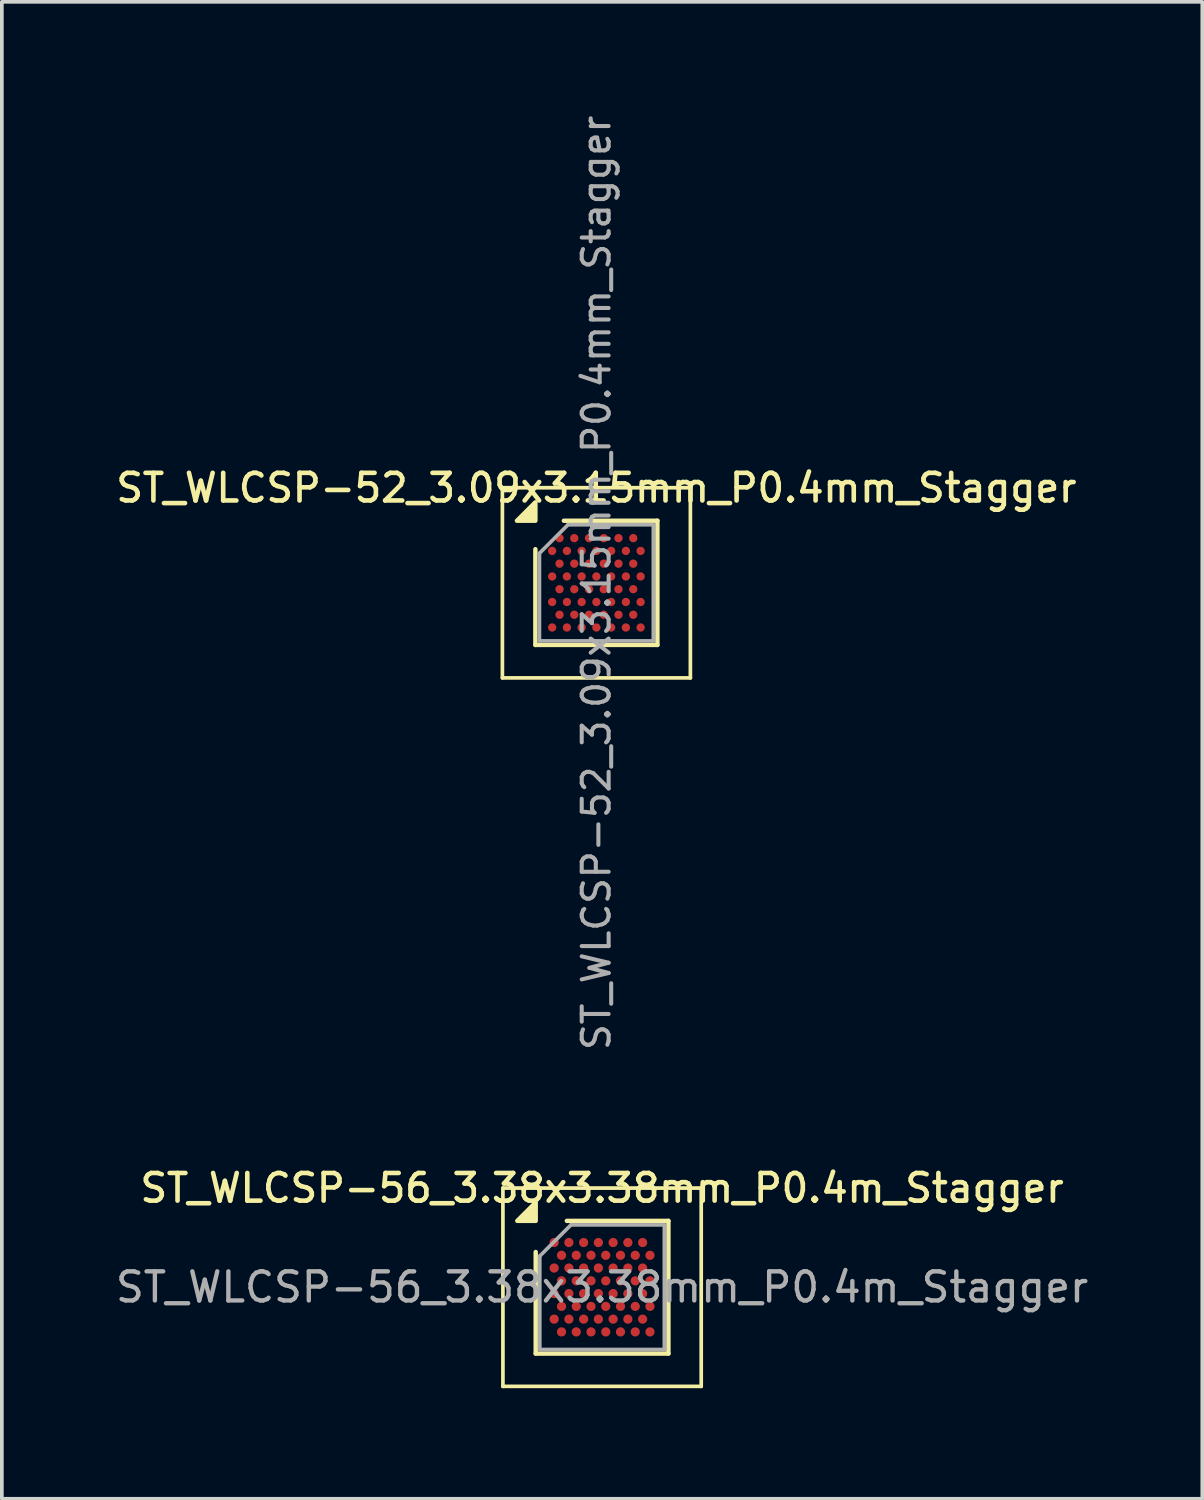
<source format=kicad_pcb>
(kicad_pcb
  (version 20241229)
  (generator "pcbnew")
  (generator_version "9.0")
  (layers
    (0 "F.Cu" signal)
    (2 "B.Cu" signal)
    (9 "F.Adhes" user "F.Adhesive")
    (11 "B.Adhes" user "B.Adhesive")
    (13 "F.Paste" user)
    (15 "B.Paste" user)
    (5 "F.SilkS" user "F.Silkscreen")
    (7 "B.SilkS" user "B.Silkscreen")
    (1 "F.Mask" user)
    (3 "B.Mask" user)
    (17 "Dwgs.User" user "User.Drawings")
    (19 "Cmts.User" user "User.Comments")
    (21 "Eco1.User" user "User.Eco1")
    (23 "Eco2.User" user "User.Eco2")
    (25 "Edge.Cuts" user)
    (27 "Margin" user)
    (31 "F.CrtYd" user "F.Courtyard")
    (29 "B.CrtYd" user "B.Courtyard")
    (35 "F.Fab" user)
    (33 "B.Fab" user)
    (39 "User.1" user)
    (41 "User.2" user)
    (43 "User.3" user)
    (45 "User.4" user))
  (footprint "ST_WLCSP-56_3.38x3.38mm_P0.4m_Stagger"
    (layer "F.Cu")
    (at 13.284 31.872)
    (property "Reference" "ST_WLCSP-56_3.38x3.38mm_P0.4m_Stagger" (at 0 -2.69 0) (layer "F.SilkS") (effects (font (size 0.75 0.75) (thickness 0.125))))
    (attr smd)
    (fp_line (start -2.69 -2.69) (end -2.69 2.69) (stroke (width 0.1) (type solid)) (layer "F.SilkS"))
    (fp_line (start -2.69 2.69) (end 2.69 2.69) (stroke (width 0.1) (type solid)) (layer "F.SilkS"))
    (fp_line (start -1.8 1.8) (end -1.8 -0.955) (stroke (width 0.12) (type solid)) (layer "F.SilkS"))
    (fp_line (start -0.955 -1.8) (end 1.8 -1.8) (stroke (width 0.12) (type solid)) (layer "F.SilkS"))
    (fp_line (start 1.8 -1.8) (end 1.8 1.8) (stroke (width 0.12) (type solid)) (layer "F.SilkS"))
    (fp_line (start 1.8 1.8) (end -1.8 1.8) (stroke (width 0.12) (type solid)) (layer "F.SilkS"))
    (fp_line (start 2.69 -2.69) (end -2.69 -2.69) (stroke (width 0.1) (type solid)) (layer "F.SilkS"))
    (fp_line (start 2.69 2.69) (end 2.69 -2.69) (stroke (width 0.1) (type solid)) (layer "F.SilkS"))
    (fp_poly (pts (xy -1.8 -1.8) (xy -2.3 -1.8) (xy -1.8 -2.3) (xy -1.8 -1.8)) (stroke (width 0.12) (type solid)) (fill yes) (layer "F.SilkS"))
    (fp_line (start -1.69 -0.845) (end -0.845 -1.69) (stroke (width 0.1) (type solid)) (layer "F.Fab"))
    (fp_line (start -1.69 1.69) (end -1.69 -0.845) (stroke (width 0.1) (type solid)) (layer "F.Fab"))
    (fp_line (start -0.845 -1.69) (end 1.69 -1.69) (stroke (width 0.1) (type solid)) (layer "F.Fab"))
    (fp_line (start 1.69 -1.69) (end 1.69 1.69) (stroke (width 0.1) (type solid)) (layer "F.Fab"))
    (fp_line (start 1.69 1.69) (end -1.69 1.69) (stroke (width 0.1) (type solid)) (layer "F.Fab"))
    (fp_text user "${REFERENCE}" (at 0 0 0) (layer "F.Fab") (effects (font (size 0.79 0.79) (thickness 0.118))))
    (pad "A1" smd circle (at -1.3 -1.212) (size 0.25 0.25) (property pad_prop_bga) (layers "F.Cu" "F.Mask" "F.Paste"))
    (pad "A3" smd circle (at -0.9 -1.212) (size 0.25 0.25) (property pad_prop_bga) (layers "F.Cu" "F.Mask" "F.Paste"))
    (pad "A5" smd circle (at -0.5 -1.212) (size 0.25 0.25) (property pad_prop_bga) (layers "F.Cu" "F.Mask" "F.Paste"))
    (pad "A7" smd circle (at -0.1 -1.212) (size 0.25 0.25) (property pad_prop_bga) (layers "F.Cu" "F.Mask" "F.Paste"))
    (pad "A9" smd circle (at 0.3 -1.212) (size 0.25 0.25) (property pad_prop_bga) (layers "F.Cu" "F.Mask" "F.Paste"))
    (pad "A11" smd circle (at 0.7 -1.212) (size 0.25 0.25) (property pad_prop_bga) (layers "F.Cu" "F.Mask" "F.Paste"))
    (pad "A13" smd circle (at 1.1 -1.212) (size 0.25 0.25) (property pad_prop_bga) (layers "F.Cu" "F.Mask" "F.Paste"))
    (pad "B2" smd circle (at -1.1 -0.866) (size 0.25 0.25) (property pad_prop_bga) (layers "F.Cu" "F.Mask" "F.Paste"))
    (pad "B4" smd circle (at -0.7 -0.866) (size 0.25 0.25) (property pad_prop_bga) (layers "F.Cu" "F.Mask" "F.Paste"))
    (pad "B6" smd circle (at -0.3 -0.866) (size 0.25 0.25) (property pad_prop_bga) (layers "F.Cu" "F.Mask" "F.Paste"))
    (pad "B8" smd circle (at 0.1 -0.866) (size 0.25 0.25) (property pad_prop_bga) (layers "F.Cu" "F.Mask" "F.Paste"))
    (pad "B10" smd circle (at 0.5 -0.866) (size 0.25 0.25) (property pad_prop_bga) (layers "F.Cu" "F.Mask" "F.Paste"))
    (pad "B12" smd circle (at 0.9 -0.866) (size 0.25 0.25) (property pad_prop_bga) (layers "F.Cu" "F.Mask" "F.Paste"))
    (pad "B14" smd circle (at 1.3 -0.866) (size 0.25 0.25) (property pad_prop_bga) (layers "F.Cu" "F.Mask" "F.Paste"))
    (pad "C1" smd circle (at -1.3 -0.52) (size 0.25 0.25) (property pad_prop_bga) (layers "F.Cu" "F.Mask" "F.Paste"))
    (pad "C3" smd circle (at -0.9 -0.52) (size 0.25 0.25) (property pad_prop_bga) (layers "F.Cu" "F.Mask" "F.Paste"))
    (pad "C5" smd circle (at -0.5 -0.52) (size 0.25 0.25) (property pad_prop_bga) (layers "F.Cu" "F.Mask" "F.Paste"))
    (pad "C7" smd circle (at -0.1 -0.52) (size 0.25 0.25) (property pad_prop_bga) (layers "F.Cu" "F.Mask" "F.Paste"))
    (pad "C9" smd circle (at 0.3 -0.52) (size 0.25 0.25) (property pad_prop_bga) (layers "F.Cu" "F.Mask" "F.Paste"))
    (pad "C11" smd circle (at 0.7 -0.52) (size 0.25 0.25) (property pad_prop_bga) (layers "F.Cu" "F.Mask" "F.Paste"))
    (pad "C13" smd circle (at 1.1 -0.52) (size 0.25 0.25) (property pad_prop_bga) (layers "F.Cu" "F.Mask" "F.Paste"))
    (pad "D2" smd circle (at -1.1 -0.173) (size 0.25 0.25) (property pad_prop_bga) (layers "F.Cu" "F.Mask" "F.Paste"))
    (pad "D4" smd circle (at -0.7 -0.173) (size 0.25 0.25) (property pad_prop_bga) (layers "F.Cu" "F.Mask" "F.Paste"))
    (pad "D6" smd circle (at -0.3 -0.173) (size 0.25 0.25) (property pad_prop_bga) (layers "F.Cu" "F.Mask" "F.Paste"))
    (pad "D8" smd circle (at 0.1 -0.173) (size 0.25 0.25) (property pad_prop_bga) (layers "F.Cu" "F.Mask" "F.Paste"))
    (pad "D10" smd circle (at 0.5 -0.173) (size 0.25 0.25) (property pad_prop_bga) (layers "F.Cu" "F.Mask" "F.Paste"))
    (pad "D12" smd circle (at 0.9 -0.173) (size 0.25 0.25) (property pad_prop_bga) (layers "F.Cu" "F.Mask" "F.Paste"))
    (pad "D14" smd circle (at 1.3 -0.173) (size 0.25 0.25) (property pad_prop_bga) (layers "F.Cu" "F.Mask" "F.Paste"))
    (pad "E1" smd circle (at -1.3 0.173) (size 0.25 0.25) (property pad_prop_bga) (layers "F.Cu" "F.Mask" "F.Paste"))
    (pad "E3" smd circle (at -0.9 0.173) (size 0.25 0.25) (property pad_prop_bga) (layers "F.Cu" "F.Mask" "F.Paste"))
    (pad "E5" smd circle (at -0.5 0.173) (size 0.25 0.25) (property pad_prop_bga) (layers "F.Cu" "F.Mask" "F.Paste"))
    (pad "E7" smd circle (at -0.1 0.173) (size 0.25 0.25) (property pad_prop_bga) (layers "F.Cu" "F.Mask" "F.Paste"))
    (pad "E9" smd circle (at 0.3 0.173) (size 0.25 0.25) (property pad_prop_bga) (layers "F.Cu" "F.Mask" "F.Paste"))
    (pad "E11" smd circle (at 0.7 0.173) (size 0.25 0.25) (property pad_prop_bga) (layers "F.Cu" "F.Mask" "F.Paste"))
    (pad "E13" smd circle (at 1.1 0.173) (size 0.25 0.25) (property pad_prop_bga) (layers "F.Cu" "F.Mask" "F.Paste"))
    (pad "F2" smd circle (at -1.1 0.52) (size 0.25 0.25) (property pad_prop_bga) (layers "F.Cu" "F.Mask" "F.Paste"))
    (pad "F4" smd circle (at -0.7 0.52) (size 0.25 0.25) (property pad_prop_bga) (layers "F.Cu" "F.Mask" "F.Paste"))
    (pad "F6" smd circle (at -0.3 0.52) (size 0.25 0.25) (property pad_prop_bga) (layers "F.Cu" "F.Mask" "F.Paste"))
    (pad "F8" smd circle (at 0.1 0.52) (size 0.25 0.25) (property pad_prop_bga) (layers "F.Cu" "F.Mask" "F.Paste"))
    (pad "F10" smd circle (at 0.5 0.52) (size 0.25 0.25) (property pad_prop_bga) (layers "F.Cu" "F.Mask" "F.Paste"))
    (pad "F12" smd circle (at 0.9 0.52) (size 0.25 0.25) (property pad_prop_bga) (layers "F.Cu" "F.Mask" "F.Paste"))
    (pad "F14" smd circle (at 1.3 0.52) (size 0.25 0.25) (property pad_prop_bga) (layers "F.Cu" "F.Mask" "F.Paste"))
    (pad "G1" smd circle (at -1.3 0.866) (size 0.25 0.25) (property pad_prop_bga) (layers "F.Cu" "F.Mask" "F.Paste"))
    (pad "G3" smd circle (at -0.9 0.866) (size 0.25 0.25) (property pad_prop_bga) (layers "F.Cu" "F.Mask" "F.Paste"))
    (pad "G5" smd circle (at -0.5 0.866) (size 0.25 0.25) (property pad_prop_bga) (layers "F.Cu" "F.Mask" "F.Paste"))
    (pad "G7" smd circle (at -0.1 0.866) (size 0.25 0.25) (property pad_prop_bga) (layers "F.Cu" "F.Mask" "F.Paste"))
    (pad "G9" smd circle (at 0.3 0.866) (size 0.25 0.25) (property pad_prop_bga) (layers "F.Cu" "F.Mask" "F.Paste"))
    (pad "G11" smd circle (at 0.7 0.866) (size 0.25 0.25) (property pad_prop_bga) (layers "F.Cu" "F.Mask" "F.Paste"))
    (pad "G13" smd circle (at 1.1 0.866) (size 0.25 0.25) (property pad_prop_bga) (layers "F.Cu" "F.Mask" "F.Paste"))
    (pad "H2" smd circle (at -1.1 1.212) (size 0.25 0.25) (property pad_prop_bga) (layers "F.Cu" "F.Mask" "F.Paste"))
    (pad "H4" smd circle (at -0.7 1.212) (size 0.25 0.25) (property pad_prop_bga) (layers "F.Cu" "F.Mask" "F.Paste"))
    (pad "H6" smd circle (at -0.3 1.212) (size 0.25 0.25) (property pad_prop_bga) (layers "F.Cu" "F.Mask" "F.Paste"))
    (pad "H8" smd circle (at 0.1 1.212) (size 0.25 0.25) (property pad_prop_bga) (layers "F.Cu" "F.Mask" "F.Paste"))
    (pad "H10" smd circle (at 0.5 1.212) (size 0.25 0.25) (property pad_prop_bga) (layers "F.Cu" "F.Mask" "F.Paste"))
    (pad "H12" smd circle (at 0.9 1.212) (size 0.25 0.25) (property pad_prop_bga) (layers "F.Cu" "F.Mask" "F.Paste"))
    (pad "H14" smd circle (at 1.3 1.212) (size 0.25 0.25) (property pad_prop_bga) (layers "F.Cu" "F.Mask" "F.Paste")))
  (footprint "ST_WLCSP-52_3.09x3.15mm_P0.4mm_Stagger"
    (layer "F.Cu")
    (at 13.13 12.762)
    (property "Reference" "ST_WLCSP-52_3.09x3.15mm_P0.4mm_Stagger" (at 0 -2.575 0) (layer "F.SilkS") (effects (font (size 0.75 0.75) (thickness 0.125))))
    (attr smd)
    (fp_line (start -2.55 -2.58) (end -2.55 2.58) (stroke (width 0.1) (type solid)) (layer "F.SilkS"))
    (fp_line (start -2.55 2.58) (end 2.55 2.58) (stroke (width 0.1) (type solid)) (layer "F.SilkS"))
    (fp_line (start -1.655 1.685) (end -1.655 -0.912) (stroke (width 0.12) (type solid)) (layer "F.SilkS"))
    (fp_line (start -0.882 -1.685) (end 1.655 -1.685) (stroke (width 0.12) (type solid)) (layer "F.SilkS"))
    (fp_line (start 1.655 -1.685) (end 1.655 1.685) (stroke (width 0.12) (type solid)) (layer "F.SilkS"))
    (fp_line (start 1.655 1.685) (end -1.655 1.685) (stroke (width 0.12) (type solid)) (layer "F.SilkS"))
    (fp_line (start 2.55 -2.58) (end -2.55 -2.58) (stroke (width 0.1) (type solid)) (layer "F.SilkS"))
    (fp_line (start 2.55 2.58) (end 2.55 -2.58) (stroke (width 0.1) (type solid)) (layer "F.SilkS"))
    (fp_poly (pts (xy -1.655 -1.685) (xy -2.155 -1.685) (xy -1.655 -2.185) (xy -1.655 -1.685)) (stroke (width 0.12) (type solid)) (fill yes) (layer "F.SilkS"))
    (fp_line (start -1.545 -0.802) (end -0.772 -1.575) (stroke (width 0.1) (type solid)) (layer "F.Fab"))
    (fp_line (start -1.545 1.575) (end -1.545 -0.802) (stroke (width 0.1) (type solid)) (layer "F.Fab"))
    (fp_line (start -0.772 -1.575) (end 1.545 -1.575) (stroke (width 0.1) (type solid)) (layer "F.Fab"))
    (fp_line (start 1.545 -1.575) (end 1.545 1.575) (stroke (width 0.1) (type solid)) (layer "F.Fab"))
    (fp_line (start 1.545 1.575) (end -1.545 1.575) (stroke (width 0.1) (type solid)) (layer "F.Fab"))
    (fp_text user "${REFERENCE}" (at 0 0 270) (layer "F.Fab") (effects (font (size 0.73 0.73) (thickness 0.11))))
    (pad "A2" smd circle (at -1 -1.212) (size 0.225 0.225) (property pad_prop_bga) (layers "F.Cu" "F.Mask" "F.Paste"))
    (pad "A4" smd circle (at -0.6 -1.212) (size 0.225 0.225) (property pad_prop_bga) (layers "F.Cu" "F.Mask" "F.Paste"))
    (pad "A6" smd circle (at -0.2 -1.212) (size 0.225 0.225) (property pad_prop_bga) (layers "F.Cu" "F.Mask" "F.Paste"))
    (pad "A8" smd circle (at 0.2 -1.212) (size 0.225 0.225) (property pad_prop_bga) (layers "F.Cu" "F.Mask" "F.Paste"))
    (pad "A10" smd circle (at 0.6 -1.212) (size 0.225 0.225) (property pad_prop_bga) (layers "F.Cu" "F.Mask" "F.Paste"))
    (pad "A12" smd circle (at 1 -1.212) (size 0.225 0.225) (property pad_prop_bga) (layers "F.Cu" "F.Mask" "F.Paste"))
    (pad "B1" smd circle (at -1.2 -0.866) (size 0.225 0.225) (property pad_prop_bga) (layers "F.Cu" "F.Mask" "F.Paste"))
    (pad "B3" smd circle (at -0.8 -0.866) (size 0.225 0.225) (property pad_prop_bga) (layers "F.Cu" "F.Mask" "F.Paste"))
    (pad "B5" smd circle (at -0.4 -0.866) (size 0.225 0.225) (property pad_prop_bga) (layers "F.Cu" "F.Mask" "F.Paste"))
    (pad "B7" smd circle (at 0 -0.866) (size 0.225 0.225) (property pad_prop_bga) (layers "F.Cu" "F.Mask" "F.Paste"))
    (pad "B9" smd circle (at 0.4 -0.866) (size 0.225 0.225) (property pad_prop_bga) (layers "F.Cu" "F.Mask" "F.Paste"))
    (pad "B11" smd circle (at 0.8 -0.866) (size 0.225 0.225) (property pad_prop_bga) (layers "F.Cu" "F.Mask" "F.Paste"))
    (pad "B13" smd circle (at 1.2 -0.866) (size 0.225 0.225) (property pad_prop_bga) (layers "F.Cu" "F.Mask" "F.Paste"))
    (pad "C2" smd circle (at -1 -0.52) (size 0.225 0.225) (property pad_prop_bga) (layers "F.Cu" "F.Mask" "F.Paste"))
    (pad "C4" smd circle (at -0.6 -0.52) (size 0.225 0.225) (property pad_prop_bga) (layers "F.Cu" "F.Mask" "F.Paste"))
    (pad "C6" smd circle (at -0.2 -0.52) (size 0.225 0.225) (property pad_prop_bga) (layers "F.Cu" "F.Mask" "F.Paste"))
    (pad "C8" smd circle (at 0.2 -0.52) (size 0.225 0.225) (property pad_prop_bga) (layers "F.Cu" "F.Mask" "F.Paste"))
    (pad "C10" smd circle (at 0.6 -0.52) (size 0.225 0.225) (property pad_prop_bga) (layers "F.Cu" "F.Mask" "F.Paste"))
    (pad "C12" smd circle (at 1 -0.52) (size 0.225 0.225) (property pad_prop_bga) (layers "F.Cu" "F.Mask" "F.Paste"))
    (pad "D1" smd circle (at -1.2 -0.173) (size 0.225 0.225) (property pad_prop_bga) (layers "F.Cu" "F.Mask" "F.Paste"))
    (pad "D3" smd circle (at -0.8 -0.173) (size 0.225 0.225) (property pad_prop_bga) (layers "F.Cu" "F.Mask" "F.Paste"))
    (pad "D5" smd circle (at -0.4 -0.173) (size 0.225 0.225) (property pad_prop_bga) (layers "F.Cu" "F.Mask" "F.Paste"))
    (pad "D7" smd circle (at 0 -0.173) (size 0.225 0.225) (property pad_prop_bga) (layers "F.Cu" "F.Mask" "F.Paste"))
    (pad "D9" smd circle (at 0.4 -0.173) (size 0.225 0.225) (property pad_prop_bga) (layers "F.Cu" "F.Mask" "F.Paste"))
    (pad "D11" smd circle (at 0.8 -0.173) (size 0.225 0.225) (property pad_prop_bga) (layers "F.Cu" "F.Mask" "F.Paste"))
    (pad "D13" smd circle (at 1.2 -0.173) (size 0.225 0.225) (property pad_prop_bga) (layers "F.Cu" "F.Mask" "F.Paste"))
    (pad "E2" smd circle (at -1 0.173) (size 0.225 0.225) (property pad_prop_bga) (layers "F.Cu" "F.Mask" "F.Paste"))
    (pad "E4" smd circle (at -0.6 0.173) (size 0.225 0.225) (property pad_prop_bga) (layers "F.Cu" "F.Mask" "F.Paste"))
    (pad "E6" smd circle (at -0.2 0.173) (size 0.225 0.225) (property pad_prop_bga) (layers "F.Cu" "F.Mask" "F.Paste"))
    (pad "E8" smd circle (at 0.2 0.173) (size 0.225 0.225) (property pad_prop_bga) (layers "F.Cu" "F.Mask" "F.Paste"))
    (pad "E10" smd circle (at 0.6 0.173) (size 0.225 0.225) (property pad_prop_bga) (layers "F.Cu" "F.Mask" "F.Paste"))
    (pad "E12" smd circle (at 1 0.173) (size 0.225 0.225) (property pad_prop_bga) (layers "F.Cu" "F.Mask" "F.Paste"))
    (pad "F1" smd circle (at -1.2 0.52) (size 0.225 0.225) (property pad_prop_bga) (layers "F.Cu" "F.Mask" "F.Paste"))
    (pad "F3" smd circle (at -0.8 0.52) (size 0.225 0.225) (property pad_prop_bga) (layers "F.Cu" "F.Mask" "F.Paste"))
    (pad "F5" smd circle (at -0.4 0.52) (size 0.225 0.225) (property pad_prop_bga) (layers "F.Cu" "F.Mask" "F.Paste"))
    (pad "F7" smd circle (at 0 0.52) (size 0.225 0.225) (property pad_prop_bga) (layers "F.Cu" "F.Mask" "F.Paste"))
    (pad "F9" smd circle (at 0.4 0.52) (size 0.225 0.225) (property pad_prop_bga) (layers "F.Cu" "F.Mask" "F.Paste"))
    (pad "F11" smd circle (at 0.8 0.52) (size 0.225 0.225) (property pad_prop_bga) (layers "F.Cu" "F.Mask" "F.Paste"))
    (pad "F13" smd circle (at 1.2 0.52) (size 0.225 0.225) (property pad_prop_bga) (layers "F.Cu" "F.Mask" "F.Paste"))
    (pad "G2" smd circle (at -1 0.866) (size 0.225 0.225) (property pad_prop_bga) (layers "F.Cu" "F.Mask" "F.Paste"))
    (pad "G4" smd circle (at -0.6 0.866) (size 0.225 0.225) (property pad_prop_bga) (layers "F.Cu" "F.Mask" "F.Paste"))
    (pad "G6" smd circle (at -0.2 0.866) (size 0.225 0.225) (property pad_prop_bga) (layers "F.Cu" "F.Mask" "F.Paste"))
    (pad "G8" smd circle (at 0.2 0.866) (size 0.225 0.225) (property pad_prop_bga) (layers "F.Cu" "F.Mask" "F.Paste"))
    (pad "G10" smd circle (at 0.6 0.866) (size 0.225 0.225) (property pad_prop_bga) (layers "F.Cu" "F.Mask" "F.Paste"))
    (pad "G12" smd circle (at 1 0.866) (size 0.225 0.225) (property pad_prop_bga) (layers "F.Cu" "F.Mask" "F.Paste"))
    (pad "H1" smd circle (at -1.2 1.212) (size 0.225 0.225) (property pad_prop_bga) (layers "F.Cu" "F.Mask" "F.Paste"))
    (pad "H3" smd circle (at -0.8 1.212) (size 0.225 0.225) (property pad_prop_bga) (layers "F.Cu" "F.Mask" "F.Paste"))
    (pad "H5" smd circle (at -0.4 1.212) (size 0.225 0.225) (property pad_prop_bga) (layers "F.Cu" "F.Mask" "F.Paste"))
    (pad "H7" smd circle (at 0 1.212) (size 0.225 0.225) (property pad_prop_bga) (layers "F.Cu" "F.Mask" "F.Paste"))
    (pad "H9" smd circle (at 0.4 1.212) (size 0.225 0.225) (property pad_prop_bga) (layers "F.Cu" "F.Mask" "F.Paste"))
    (pad "H11" smd circle (at 0.8 1.212) (size 0.225 0.225) (property pad_prop_bga) (layers "F.Cu" "F.Mask" "F.Paste"))
    (pad "H13" smd circle (at 1.2 1.212) (size 0.225 0.225) (property pad_prop_bga) (layers "F.Cu" "F.Mask" "F.Paste")))
  (gr_rect
    (start -3 -3)
    (end 29.568 37.612)
    (stroke (width 0.1) (type default))
    (fill no)
    (layer "Edge.Cuts")))
</source>
